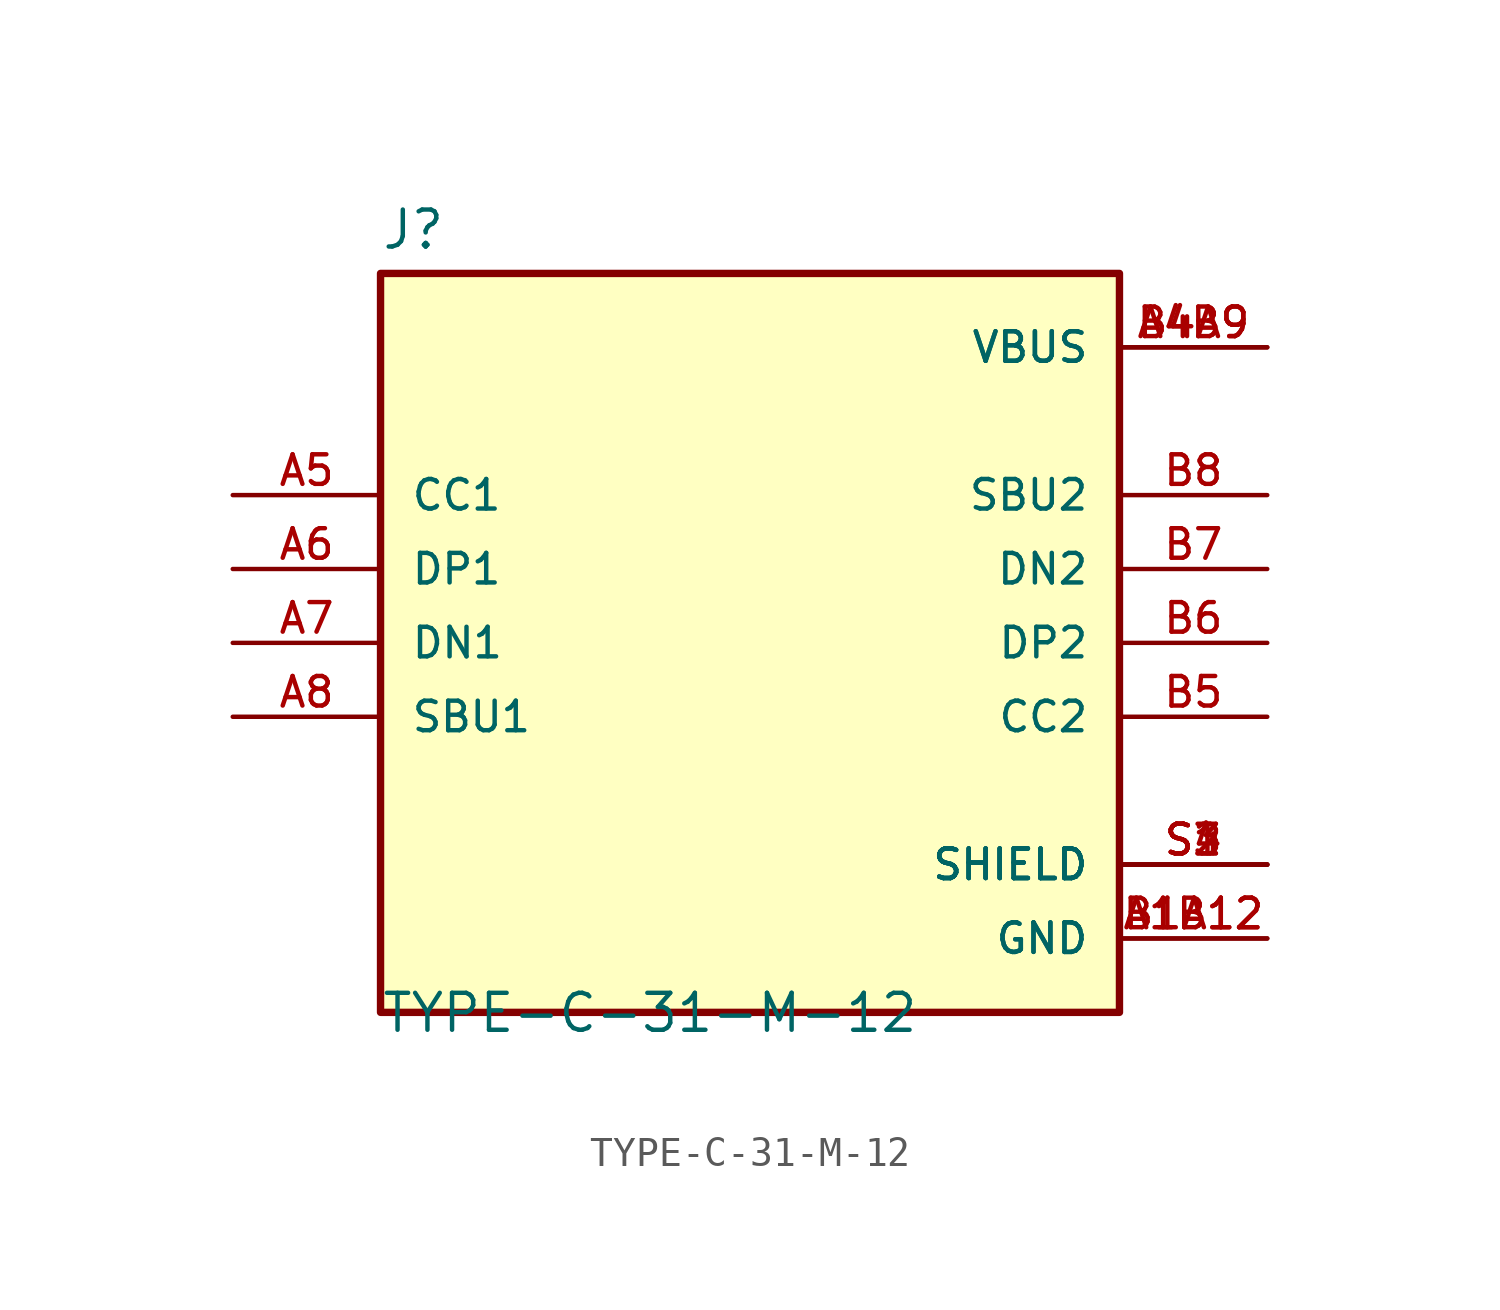
<source format=kicad_sym>
(kicad_symbol_lib
  (version 20211014)
  (generator kicad_symbol_editor)
  (symbol "TYPE-C-31-M-12"
    (pin_names
      (offset 1.016))
    (property "Reference" "J"
      (at -12.7 13.462 0)
      (effects (font (size 1.27 1.27)) (justify left bottom)))
    (property "Value" "TYPE-C-31-M-12"
      (at -12.7 -13.462 0)
      (effects (font (size 1.27 1.27)) (justify left bottom)))
    (property "ki_locked" ""
      (at 0 0 0)
      (effects (font (size 1.27 1.27))))
    (symbol "TYPE-C-31-M-12_0_0"
      (rectangle (start -12.7 -12.7) (end 12.7 12.7) (stroke (width 0.254) (type default) (color 0 0 0 0)) (fill (type background)))
      (pin power_out line (at 17.78 -10.16 180) (length 5.08) (name "GND" (effects (font (size 1.016 1.016)))) (number "A1B12" (effects (font (size 1.016 1.016)))))
      (pin power_out line (at 17.78 10.16 180) (length 5.08) (name "VBUS" (effects (font (size 1.016 1.016)))) (number "A4B9" (effects (font (size 1.016 1.016)))))
      (pin bidirectional line (at -17.78 5.08 0) (length 5.08) (name "CC1" (effects (font (size 1.016 1.016)))) (number "A5" (effects (font (size 1.016 1.016)))))
      (pin bidirectional line (at -17.78 2.54 0) (length 5.08) (name "DP1" (effects (font (size 1.016 1.016)))) (number "A6" (effects (font (size 1.016 1.016)))))
      (pin bidirectional line (at -17.78 0 0) (length 5.08) (name "DN1" (effects (font (size 1.016 1.016)))) (number "A7" (effects (font (size 1.016 1.016)))))
      (pin bidirectional line (at -17.78 -2.54 0) (length 5.08) (name "SBU1" (effects (font (size 1.016 1.016)))) (number "A8" (effects (font (size 1.016 1.016)))))
      (pin power_in line (at 17.78 -10.16 180) (length 5.08) (name "GND" (effects (font (size 1.016 1.016)))) (number "B1A12" (effects (font (size 1.016 1.016)))))
      (pin power_in line (at 17.78 10.16 180) (length 5.08) (name "VBUS" (effects (font (size 1.016 1.016)))) (number "B4A9" (effects (font (size 1.016 1.016)))))
      (pin bidirectional line (at 17.78 -2.54 180) (length 5.08) (name "CC2" (effects (font (size 1.016 1.016)))) (number "B5" (effects (font (size 1.016 1.016)))))
      (pin bidirectional line (at 17.78 0 180) (length 5.08) (name "DP2" (effects (font (size 1.016 1.016)))) (number "B6" (effects (font (size 1.016 1.016)))))
      (pin bidirectional line (at 17.78 2.54 180) (length 5.08) (name "DN2" (effects (font (size 1.016 1.016)))) (number "B7" (effects (font (size 1.016 1.016)))))
      (pin bidirectional line (at 17.78 5.08 180) (length 5.08) (name "SBU2" (effects (font (size 1.016 1.016)))) (number "B8" (effects (font (size 1.016 1.016)))))
      (pin passive line (at 17.78 -7.62 180) (length 5.08) (name "SHIELD" (effects (font (size 1.016 1.016)))) (number "S1" (effects (font (size 1.016 1.016)))))
      (pin passive line (at 17.78 -7.62 180) (length 5.08) (name "SHIELD" (effects (font (size 1.016 1.016)))) (number "S2" (effects (font (size 1.016 1.016)))))
      (pin passive line (at 17.78 -7.62 180) (length 5.08) (name "SHIELD" (effects (font (size 1.016 1.016)))) (number "S3" (effects (font (size 1.016 1.016)))))
      (pin passive line (at 17.78 -7.62 180) (length 5.08) (name "SHIELD" (effects (font (size 1.016 1.016)))) (number "S4" (effects (font (size 1.016 1.016))))))))
</source>
